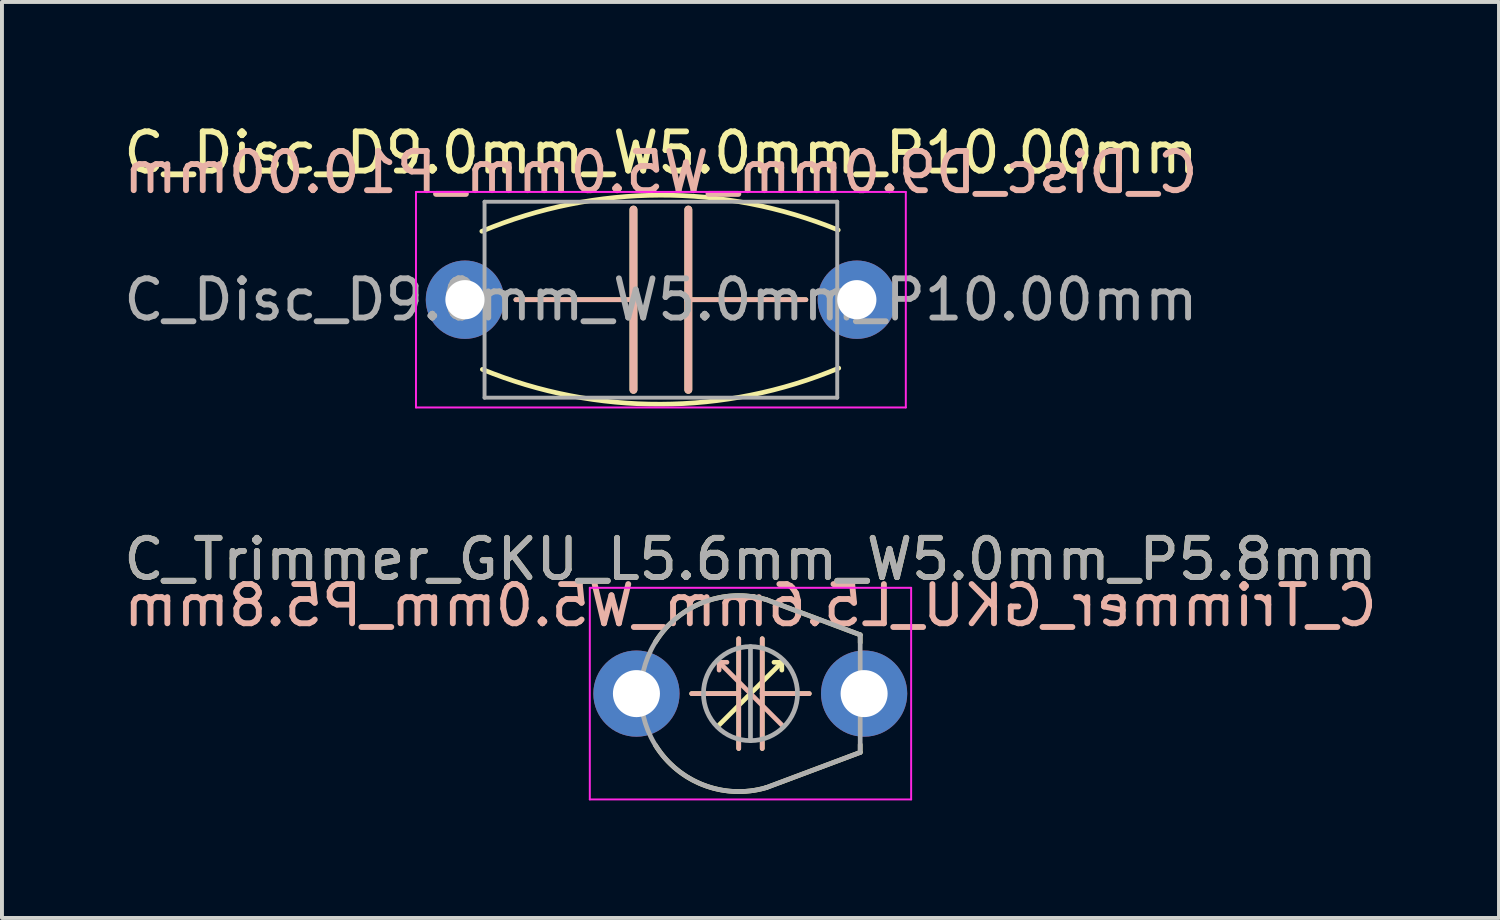
<source format=kicad_pcb>
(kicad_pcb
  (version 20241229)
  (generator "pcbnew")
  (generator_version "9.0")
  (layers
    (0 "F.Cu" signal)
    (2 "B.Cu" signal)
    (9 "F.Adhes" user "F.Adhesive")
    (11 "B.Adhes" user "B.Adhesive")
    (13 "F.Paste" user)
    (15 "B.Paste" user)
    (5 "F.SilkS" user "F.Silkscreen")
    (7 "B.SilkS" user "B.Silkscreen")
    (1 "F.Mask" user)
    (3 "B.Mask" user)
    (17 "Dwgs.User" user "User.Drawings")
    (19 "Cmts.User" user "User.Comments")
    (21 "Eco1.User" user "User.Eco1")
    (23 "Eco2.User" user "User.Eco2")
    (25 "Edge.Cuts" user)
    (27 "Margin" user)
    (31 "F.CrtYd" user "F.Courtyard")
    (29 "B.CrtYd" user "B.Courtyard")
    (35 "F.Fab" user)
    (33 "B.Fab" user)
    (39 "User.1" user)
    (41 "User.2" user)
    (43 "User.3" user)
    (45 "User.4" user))
  (footprint "C_Trimmer_GKU_L5.6mm_W5.0mm_P5.8mm"
    (layer "F.Cu")
    (at 13.201 14.65)
    (property "Reference" "C_Trimmer_GKU_L5.6mm_W5.0mm_P5.8mm" (at 2.9 -3.429 0) (layer "F.SilkS") (effects (font (size 1 1) (thickness 0.15))))
    (fp_line (start 1.4 0) (end 2.6 0) (stroke (width 0.12) (type solid)) (layer "F.SilkS"))
    (fp_line (start 2.6 0) (end 2.6 -1.4) (stroke (width 0.12) (type solid)) (layer "F.SilkS"))
    (fp_line (start 2.6 0) (end 2.6 1.4) (stroke (width 0.12) (type solid)) (layer "F.SilkS"))
    (fp_line (start 2.9 0) (end 2.1 0.8) (stroke (width 0.12) (type solid)) (layer "F.SilkS"))
    (fp_line (start 2.9 0) (end 3.7 -0.8) (stroke (width 0.12) (type solid)) (layer "F.SilkS"))
    (fp_line (start 3.2 0) (end 4.4 0) (stroke (width 0.12) (type solid)) (layer "F.SilkS"))
    (fp_line (start 3.2 1.4) (end 3.2 -1.4) (stroke (width 0.12) (type solid)) (layer "F.SilkS"))
    (fp_line (start 3.7 -0.8) (end 3.5 -0.8) (stroke (width 0.12) (type solid)) (layer "F.SilkS"))
    (fp_line (start 3.7 -0.8) (end 3.7 -0.6) (stroke (width 0.12) (type solid)) (layer "F.SilkS"))
    (fp_line (start 5.7 -1.5) (end 3.3 -2.4) (stroke (width 0.12) (type solid)) (layer "F.SilkS"))
    (fp_line (start 5.7 -1.5) (end 5.7 -1.3) (stroke (width 0.12) (type solid)) (layer "F.SilkS"))
    (fp_line (start 5.7 1.3) (end 5.7 1.5) (stroke (width 0.12) (type solid)) (layer "F.SilkS"))
    (fp_line (start 5.7 1.5) (end 3.3 2.4) (stroke (width 0.12) (type solid)) (layer "F.SilkS"))
    (fp_arc (start 0.474337 -1.315887) (mid 1.704481 -2.334105) (end 3.3 -2.4) (stroke (width 0.12) (type solid)) (layer "F.SilkS"))
    (fp_arc (start 3.3 2.4) (mid 1.704496 2.334111) (end 0.474354 1.315913) (stroke (width 0.12) (type solid)) (layer "F.SilkS"))
    (fp_line (start 2.1 -0.8) (end 2.1 -0.6) (stroke (width 0.12) (type solid)) (layer "B.SilkS"))
    (fp_line (start 2.1 -0.8) (end 2.3 -0.8) (stroke (width 0.12) (type solid)) (layer "B.SilkS"))
    (fp_line (start 2.6 0) (end 1.4 0) (stroke (width 0.12) (type solid)) (layer "B.SilkS"))
    (fp_line (start 2.6 1.4) (end 2.6 -1.4) (stroke (width 0.12) (type solid)) (layer "B.SilkS"))
    (fp_line (start 2.9 0) (end 2.1 -0.8) (stroke (width 0.12) (type solid)) (layer "B.SilkS"))
    (fp_line (start 2.9 0) (end 3.7 0.8) (stroke (width 0.12) (type solid)) (layer "B.SilkS"))
    (fp_line (start 3.2 0) (end 3.2 -1.4) (stroke (width 0.12) (type solid)) (layer "B.SilkS"))
    (fp_line (start 3.2 0) (end 3.2 1.4) (stroke (width 0.12) (type solid)) (layer "B.SilkS"))
    (fp_line (start 4.4 0) (end 3.2 0) (stroke (width 0.12) (type solid)) (layer "B.SilkS"))
    (fp_line (start -1.2 -2.7) (end -1.2 2.7) (stroke (width 0.05) (type solid)) (layer "F.CrtYd"))
    (fp_line (start -1.2 2.7) (end 7 2.7) (stroke (width 0.05) (type solid)) (layer "F.CrtYd"))
    (fp_line (start 7 -2.7) (end -1.2 -2.7) (stroke (width 0.05) (type solid)) (layer "F.CrtYd"))
    (fp_line (start 7 2.7) (end 7 -2.7) (stroke (width 0.05) (type solid)) (layer "F.CrtYd"))
    (fp_line (start 2.9 1.2) (end 2.9 -1.2) (stroke (width 0.12) (type solid)) (layer "F.Fab"))
    (fp_line (start 5.7 -1.5) (end 3.3 -2.4) (stroke (width 0.12) (type solid)) (layer "F.Fab"))
    (fp_line (start 5.7 0) (end 5.7 -1.5) (stroke (width 0.12) (type solid)) (layer "F.Fab"))
    (fp_line (start 5.7 0) (end 5.7 1.5) (stroke (width 0.12) (type solid)) (layer "F.Fab"))
    (fp_line (start 5.7 1.5) (end 3.3 2.4) (stroke (width 0.12) (type solid)) (layer "F.Fab"))
    (fp_arc (start 3.3 2.4) (mid 0.1 0) (end 3.3 -2.4) (stroke (width 0.12) (type solid)) (layer "F.Fab"))
    (fp_circle (center 2.9 0) (end 4.1 0) (stroke (width 0.12) (type solid)) (fill no) (layer "F.Fab"))
    (fp_text user "${REFERENCE}" (at 2.9 -2.25 0) (layer "B.SilkS") (effects (font (size 1 1) (thickness 0.15)) (justify mirror)))
    (fp_text user "${REFERENCE}" (at 2.9 -3.429 0) (layer "F.Fab") (effects (font (size 1 1) (thickness 0.15))))
    (pad "1" thru_hole circle (at -0.01 0) (size 2.2 2.2) (drill 1.2) (layers "*.Cu" "*.Mask"))
    (pad "2" thru_hole circle (at 5.8 0) (size 2.2 2.2) (drill 1.2) (layers "*.Cu" "*.Mask")))
  (footprint "C_Disc_D9.0mm_W5.0mm_P10.00mm"
    (layer "F.Cu")
    (at 8.815 4.598)
    (property "Reference" "C_Disc_D9.0mm_W5.0mm_P10.00mm" (at 5 -3.75 0) (layer "F.SilkS") (effects (font (size 1 1) (thickness 0.15))))
    (fp_line (start 1.3 0) (end 4.3 0) (stroke (width 0.12) (type solid)) (layer "F.SilkS"))
    (fp_line (start 4.3 0) (end 4.3 -2.3) (stroke (width 0.2) (type solid)) (layer "F.SilkS"))
    (fp_line (start 4.3 0) (end 4.3 2.3) (stroke (width 0.2) (type solid)) (layer "F.SilkS"))
    (fp_line (start 5.7 0) (end 5.7 -2.3) (stroke (width 0.2) (type solid)) (layer "F.SilkS"))
    (fp_line (start 5.7 0) (end 5.7 2.3) (stroke (width 0.2) (type solid)) (layer "F.SilkS"))
    (fp_line (start 5.7 0) (end 8.7 0) (stroke (width 0.12) (type solid)) (layer "F.SilkS"))
    (fp_arc (start 0.431238 -1.746181) (mid 4.974952 -2.667096) (end 9.525 -1.778) (stroke (width 0.12) (type solid)) (layer "F.SilkS"))
    (fp_arc (start 9.538262 1.746181) (mid 4.994548 2.667096) (end 0.4445 1.778) (stroke (width 0.12) (type solid)) (layer "F.SilkS"))
    (fp_line (start 1.3 0) (end 4.3 0) (stroke (width 0.12) (type solid)) (layer "B.SilkS"))
    (fp_line (start 4.3 0) (end 4.3 -2.3) (stroke (width 0.2) (type solid)) (layer "B.SilkS"))
    (fp_line (start 4.3 0) (end 4.3 2.3) (stroke (width 0.2) (type solid)) (layer "B.SilkS"))
    (fp_line (start 5.7 0) (end 5.7 -2.3) (stroke (width 0.2) (type solid)) (layer "B.SilkS"))
    (fp_line (start 5.7 0) (end 5.7 2.3) (stroke (width 0.2) (type solid)) (layer "B.SilkS"))
    (fp_line (start 5.7 0) (end 8.7 0) (stroke (width 0.12) (type solid)) (layer "B.SilkS"))
    (fp_line (start -1.25 -2.75) (end -1.25 2.75) (stroke (width 0.05) (type solid)) (layer "F.CrtYd"))
    (fp_line (start -1.25 2.75) (end 11.25 2.75) (stroke (width 0.05) (type solid)) (layer "F.CrtYd"))
    (fp_line (start 11.25 -2.75) (end -1.25 -2.75) (stroke (width 0.05) (type solid)) (layer "F.CrtYd"))
    (fp_line (start 11.25 2.75) (end 11.25 -2.75) (stroke (width 0.05) (type solid)) (layer "F.CrtYd"))
    (fp_line (start 0.5 -2.5) (end 0.5 2.5) (stroke (width 0.1) (type solid)) (layer "F.Fab"))
    (fp_line (start 0.5 2.5) (end 9.5 2.5) (stroke (width 0.1) (type solid)) (layer "F.Fab"))
    (fp_line (start 9.5 -2.5) (end 0.5 -2.5) (stroke (width 0.1) (type solid)) (layer "F.Fab"))
    (fp_line (start 9.5 2.5) (end 9.5 -2.5) (stroke (width 0.1) (type solid)) (layer "F.Fab"))
    (fp_text user "${REFERENCE}" (at 5 -3.25 0) (layer "B.SilkS") (effects (font (size 1 1) (thickness 0.15)) (justify mirror)))
    (fp_text user "${REFERENCE}" (at 5 0 0) (layer "F.Fab") (effects (font (size 1 1) (thickness 0.15))))
    (pad "1" thru_hole circle (at 0 0) (size 2 2) (drill 1) (layers "*.Cu" "*.Mask"))
    (pad "2" thru_hole circle (at 10 0) (size 2 2) (drill 1) (layers "*.Cu" "*.Mask")))
  (gr_rect
    (start -3 -3)
    (end 35.202 20.375)
    (stroke (width 0.1) (type default))
    (fill no)
    (layer "Edge.Cuts")))
</source>
